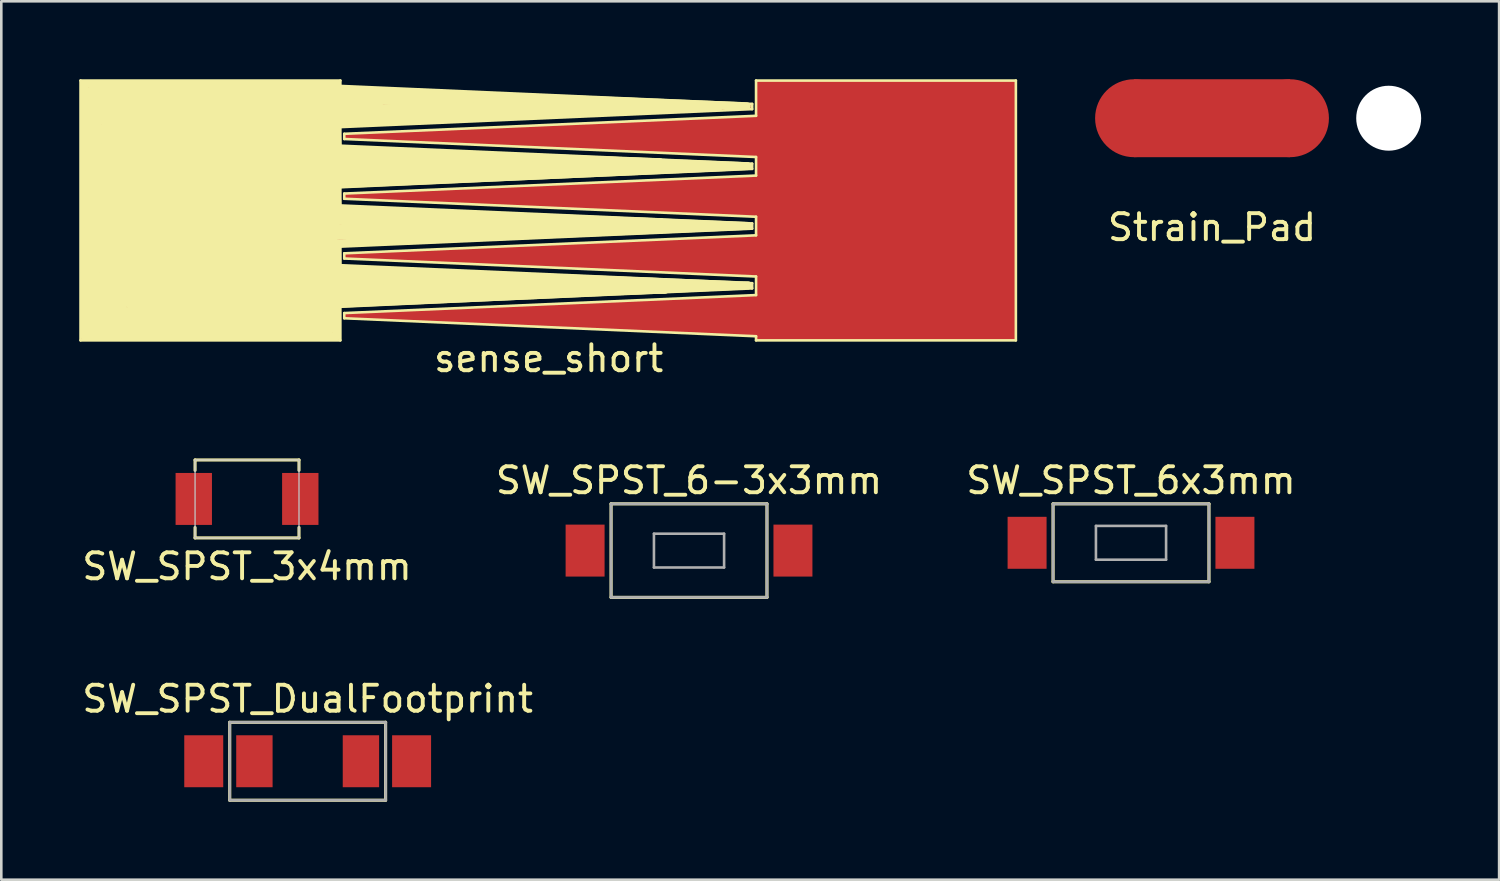
<source format=kicad_pcb>
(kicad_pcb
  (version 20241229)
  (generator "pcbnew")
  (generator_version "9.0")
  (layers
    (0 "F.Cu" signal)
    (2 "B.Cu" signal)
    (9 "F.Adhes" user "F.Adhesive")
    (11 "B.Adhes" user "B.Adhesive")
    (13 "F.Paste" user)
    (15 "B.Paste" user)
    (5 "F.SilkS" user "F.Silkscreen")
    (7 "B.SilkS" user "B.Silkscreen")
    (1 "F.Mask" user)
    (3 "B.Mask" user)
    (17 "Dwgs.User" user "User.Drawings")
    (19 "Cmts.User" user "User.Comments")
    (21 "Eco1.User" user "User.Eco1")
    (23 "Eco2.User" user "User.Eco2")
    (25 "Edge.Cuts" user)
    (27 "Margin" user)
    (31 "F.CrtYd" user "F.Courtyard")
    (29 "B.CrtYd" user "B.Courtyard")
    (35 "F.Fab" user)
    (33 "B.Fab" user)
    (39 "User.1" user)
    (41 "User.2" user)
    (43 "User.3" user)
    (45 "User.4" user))
  (footprint "SW_SPST_3x4mm"
    (layer "F.Cu")
    (at 6.458 16.154)
    (property "Reference" "SW_SPST_3x4mm" (at 0 2.6 0) (layer "F.SilkS") (effects (font (size 1 1) (thickness 0.15))))
    (attr through_hole)
    (fp_line (start -2 -1.5) (end 2 -1.5) (stroke (width 0.12) (type solid)) (layer "F.SilkS"))
    (fp_line (start -2 -1.1) (end -2 -1.5) (stroke (width 0.12) (type solid)) (layer "F.SilkS"))
    (fp_line (start -2 1.5) (end -2 1.1) (stroke (width 0.12) (type solid)) (layer "F.SilkS"))
    (fp_line (start -2 1.5) (end 2 1.5) (stroke (width 0.12) (type solid)) (layer "F.SilkS"))
    (fp_line (start 2 -1.1) (end 2 -1.5) (stroke (width 0.12) (type solid)) (layer "F.SilkS"))
    (fp_line (start 2 1.5) (end 2 1.1) (stroke (width 0.12) (type solid)) (layer "F.SilkS"))
    (fp_line (start -2 -1.5) (end -2 1.5) (stroke (width 0.05) (type solid)) (layer "Dwgs.User"))
    (fp_line (start -2 1.5) (end 2 1.5) (stroke (width 0.05) (type solid)) (layer "Dwgs.User"))
    (fp_line (start 2 -1.5) (end -2 -1.5) (stroke (width 0.05) (type solid)) (layer "Dwgs.User"))
    (fp_line (start 2 1.5) (end 2 -1.5) (stroke (width 0.05) (type solid)) (layer "Dwgs.User"))
    (pad "1" smd rect (at -2.05 0) (size 1.4 2) (layers "F.Cu" "F.Mask" "F.Paste"))
    (pad "2" smd rect (at 2.05 0) (size 1.4 2) (layers "F.Cu" "F.Mask" "F.Paste")))
  (footprint "SW_SPST_6-3x3mm"
    (layer "F.Cu")
    (at 23.47 18.142)
    (property "Reference" "SW_SPST_6-3x3mm" (at 0 -2.7 0) (layer "F.SilkS") (effects (font (size 1 1) (thickness 0.15))))
    (attr through_hole)
    (fp_line (start -3 -1.8) (end 3 -1.8) (stroke (width 0.12) (type solid)) (layer "F.SilkS"))
    (fp_line (start -3 1.8) (end -3 -1.8) (stroke (width 0.12) (type solid)) (layer "F.SilkS"))
    (fp_line (start 3 -1.8) (end 3 1.8) (stroke (width 0.12) (type solid)) (layer "F.SilkS"))
    (fp_line (start 3 1.8) (end -3 1.8) (stroke (width 0.12) (type solid)) (layer "F.SilkS"))
    (fp_line (start -3 -1.8) (end -3 1.8) (stroke (width 0.1) (type solid)) (layer "F.Fab"))
    (fp_line (start -3 1.8) (end 3 1.8) (stroke (width 0.1) (type solid)) (layer "F.Fab"))
    (fp_line (start -1.35 -0.65) (end -1.35 0.65) (stroke (width 0.1) (type solid)) (layer "F.Fab"))
    (fp_line (start -1.35 0.65) (end 1.35 0.65) (stroke (width 0.1) (type solid)) (layer "F.Fab"))
    (fp_line (start 1.35 -0.65) (end -1.35 -0.65) (stroke (width 0.1) (type solid)) (layer "F.Fab"))
    (fp_line (start 1.35 0.65) (end 1.35 -0.65) (stroke (width 0.1) (type solid)) (layer "F.Fab"))
    (fp_line (start 3 -1.8) (end -3 -1.8) (stroke (width 0.1) (type solid)) (layer "F.Fab"))
    (fp_line (start 3 1.8) (end 3 -1.8) (stroke (width 0.1) (type solid)) (layer "F.Fab"))
    (pad "1" smd rect (at -4 0) (size 1.5 2) (layers "F.Cu" "F.Mask" "F.Paste"))
    (pad "2" smd rect (at 4 0) (size 1.5 2) (layers "F.Cu" "F.Mask" "F.Paste")))
  (footprint "Strain_Pad"
    (layer "F.Cu")
    (at 43.6 1.5)
    (property "Reference" "Strain_Pad" (at 0 4.2 0) (layer "F.SilkS") (effects (font (size 1 1) (thickness 0.15))))
    (attr smd)
    (pad "" smd circle (at -3 0) (size 3 3) (layers "F.Cu" "F.Mask" "F.Paste"))
    (pad "" smd circle (at 3 0) (size 3 3) (layers "F.Cu" "F.Mask" "F.Paste"))
    (pad "" np_thru_hole circle (at 6.8 0) (size 2.5 2.5) (drill 2.5) (layers "*.Cu" "*.Mask"))
    (pad "1" smd rect (at 0 0) (size 6 3) (layers "F.Cu" "F.Mask" "F.Paste")))
  (footprint "sense_short"
    (layer "F.Cu")
    (at 18.068 5.045)
    (property "Reference" "sense_short" (at 0 5.7 0) (layer "F.SilkS") (effects (font (size 1 1) (thickness 0.15))))
    (attr through_hole)
    (fp_line (start -18.018 -4.995) (end -18.018 5.005) (stroke (width 0.1) (type solid)) (layer "F.SilkS"))
    (fp_line (start -18.018 5.005) (end -8.018 5.005) (stroke (width 0.1) (type solid)) (layer "F.SilkS"))
    (fp_line (start -17.88 -4.86) (end -17.85 4.87) (stroke (width 0.3) (type solid)) (layer "F.SilkS"))
    (fp_line (start -17.85 4.87) (end -8.16 4.84) (stroke (width 0.3) (type solid)) (layer "F.SilkS"))
    (fp_line (start -17.61 4.45) (end -17.49 -4.05) (stroke (width 0.6) (type solid)) (layer "F.SilkS"))
    (fp_line (start -17.56 -4.47) (end -8.43 -4.44) (stroke (width 0.6) (type solid)) (layer "F.SilkS"))
    (fp_line (start -17.49 -4.05) (end -6.69 -4.1) (stroke (width 0.6) (type solid)) (layer "F.SilkS"))
    (fp_line (start -17.24 -2.78) (end -16.42 -3.9) (stroke (width 0.6) (type solid)) (layer "F.SilkS"))
    (fp_line (start -17.22 3.89) (end -17.09 2.62) (stroke (width 0.6) (type solid)) (layer "F.SilkS"))
    (fp_line (start -17.09 2.62) (end -16.54 3.76) (stroke (width 0.6) (type solid)) (layer "F.SilkS"))
    (fp_line (start -16.42 -3.9) (end -17.08 -3.58) (stroke (width 0.6) (type solid)) (layer "F.SilkS"))
    (fp_line (start -15.59 4.12) (end -17.22 3.89) (stroke (width 0.6) (type solid)) (layer "F.SilkS"))
    (fp_line (start -12.97 0) (end -12.97 0.02) (stroke (width 9.9) (type solid)) (layer "F.SilkS"))
    (fp_line (start -10.16 4.14) (end -9.24 3.46) (stroke (width 0.6) (type solid)) (layer "F.SilkS"))
    (fp_line (start -9.65 -3.68) (end -8.67 -3.32) (stroke (width 0.6) (type solid)) (layer "F.SilkS"))
    (fp_line (start -9.31 -3.36) (end -8.63 -1.94) (stroke (width 0.6) (type solid)) (layer "F.SilkS"))
    (fp_line (start -9.02 4.1) (end -10.16 4.14) (stroke (width 0.6) (type solid)) (layer "F.SilkS"))
    (fp_line (start -8.89 2.87) (end -9.02 4.1) (stroke (width 0.6) (type solid)) (layer "F.SilkS"))
    (fp_line (start -8.67 -3.32) (end -8.31 -1.73) (stroke (width 0.6) (type solid)) (layer "F.SilkS"))
    (fp_line (start -8.61 0.84) (end -8.49 2.51) (stroke (width 0.6) (type solid)) (layer "F.SilkS"))
    (fp_line (start -8.56 4.53) (end -17.61 4.45) (stroke (width 0.6) (type solid)) (layer "F.SilkS"))
    (fp_line (start -8.54 3.22) (end -8.56 4.53) (stroke (width 0.6) (type solid)) (layer "F.SilkS"))
    (fp_line (start -8.49 2.51) (end 4.44 2.91) (stroke (width 0.6) (type solid)) (layer "F.SilkS"))
    (fp_line (start -8.45 -1.4) (end -8.3 0.24) (stroke (width 0.6) (type solid)) (layer "F.SilkS"))
    (fp_line (start -8.43 -4.44) (end 3.69 -4.01) (stroke (width 0.6) (type solid)) (layer "F.SilkS"))
    (fp_line (start -8.42 -2.09) (end 4.23 -1.71) (stroke (width 0.6) (type solid)) (layer "F.SilkS"))
    (fp_line (start -8.34 -3.74) (end -8.42 -2.09) (stroke (width 0.6) (type solid)) (layer "F.SilkS"))
    (fp_line (start -8.31 -1.73) (end -6.84 -1.76) (stroke (width 0.6) (type solid)) (layer "F.SilkS"))
    (fp_line (start -8.3 0.24) (end 4.28 0.6) (stroke (width 0.6) (type solid)) (layer "F.SilkS"))
    (fp_line (start -8.18 3.62) (end 7.68 2.89) (stroke (width 0.3) (type solid)) (layer "F.SilkS"))
    (fp_line (start -8.17 -0.98) (end 7.65 -1.7) (stroke (width 0.3) (type solid)) (layer "F.SilkS"))
    (fp_line (start -8.16 -4.85) (end -17.88 -4.86) (stroke (width 0.3) (type solid)) (layer "F.SilkS"))
    (fp_line (start -8.16 -3.33) (end 6.57 -3.99) (stroke (width 0.3) (type solid)) (layer "F.SilkS"))
    (fp_line (start -8.16 4.84) (end -8.18 3.62) (stroke (width 0.3) (type solid)) (layer "F.SilkS"))
    (fp_line (start -8.14 1.27) (end 7.66 0.6) (stroke (width 0.3) (type solid)) (layer "F.SilkS"))
    (fp_line (start -8.13 2.27) (end -8.14 1.27) (stroke (width 0.3) (type solid)) (layer "F.SilkS"))
    (fp_line (start -8.12 -4.63) (end -8.16 -4.85) (stroke (width 0.3) (type solid)) (layer "F.SilkS"))
    (fp_line (start -8.12 -2.34) (end -8.16 -3.33) (stroke (width 0.3) (type solid)) (layer "F.SilkS"))
    (fp_line (start -8.12 -0.04) (end -8.17 -0.98) (stroke (width 0.3) (type solid)) (layer "F.SilkS"))
    (fp_line (start -8.018 -4.995) (end -18.018 -4.995) (stroke (width 0.1) (type solid)) (layer "F.SilkS"))
    (fp_line (start -8.018 -4.788) (end -8.018 -4.995) (stroke (width 0.1) (type solid)) (layer "F.SilkS"))
    (fp_line (start -8.018 -3.202) (end 7.832 -3.895) (stroke (width 0.1) (type solid)) (layer "F.SilkS"))
    (fp_line (start -8.018 -2.488) (end -8.018 -3.202) (stroke (width 0.1) (type solid)) (layer "F.SilkS"))
    (fp_line (start -8.018 -0.902) (end 7.832 -1.595) (stroke (width 0.1) (type solid)) (layer "F.SilkS"))
    (fp_line (start -8.018 -0.188) (end -8.018 -0.902) (stroke (width 0.1) (type solid)) (layer "F.SilkS"))
    (fp_line (start -8.018 1.398) (end 7.832 0.705) (stroke (width 0.1) (type solid)) (layer "F.SilkS"))
    (fp_line (start -8.018 2.112) (end -8.018 1.398) (stroke (width 0.1) (type solid)) (layer "F.SilkS"))
    (fp_line (start -8.018 3.698) (end 7.832 3.005) (stroke (width 0.1) (type solid)) (layer "F.SilkS"))
    (fp_line (start -8.018 5.005) (end -8.018 3.698) (stroke (width 0.1) (type solid)) (layer "F.SilkS"))
    (fp_line (start -7.868 -2.945) (end -7.868 -2.745) (stroke (width 0.1) (type solid)) (layer "F.SilkS"))
    (fp_line (start -7.868 -2.745) (end 7.982 -2.052) (stroke (width 0.1) (type solid)) (layer "F.SilkS"))
    (fp_line (start -7.868 -0.645) (end -7.868 -0.445) (stroke (width 0.1) (type solid)) (layer "F.SilkS"))
    (fp_line (start -7.868 -0.445) (end 7.982 0.248) (stroke (width 0.1) (type solid)) (layer "F.SilkS"))
    (fp_line (start -7.868 1.655) (end -7.868 1.855) (stroke (width 0.1) (type solid)) (layer "F.SilkS"))
    (fp_line (start -7.868 1.855) (end 7.982 2.548) (stroke (width 0.1) (type solid)) (layer "F.SilkS"))
    (fp_line (start -7.868 3.955) (end -7.868 4.155) (stroke (width 0.1) (type solid)) (layer "F.SilkS"))
    (fp_line (start -7.868 4.155) (end 7.982 4.848) (stroke (width 0.1) (type solid)) (layer "F.SilkS"))
    (fp_line (start -6.69 -4.1) (end -9.65 -3.68) (stroke (width 0.6) (type solid)) (layer "F.SilkS"))
    (fp_line (start -6.2 2.89) (end -8.89 2.87) (stroke (width 0.6) (type solid)) (layer "F.SilkS"))
    (fp_line (start 3.69 -4.01) (end -8.34 -3.74) (stroke (width 0.6) (type solid)) (layer "F.SilkS"))
    (fp_line (start 4.23 -1.71) (end -8.45 -1.4) (stroke (width 0.6) (type solid)) (layer "F.SilkS"))
    (fp_line (start 4.28 0.6) (end -8.61 0.84) (stroke (width 0.6) (type solid)) (layer "F.SilkS"))
    (fp_line (start 4.44 2.91) (end -8.54 3.22) (stroke (width 0.6) (type solid)) (layer "F.SilkS"))
    (fp_line (start 7.63 -4.01) (end -8.12 -4.63) (stroke (width 0.3) (type solid)) (layer "F.SilkS"))
    (fp_line (start 7.65 -1.7) (end -8.12 -2.34) (stroke (width 0.3) (type solid)) (layer "F.SilkS"))
    (fp_line (start 7.66 0.6) (end -8.12 -0.04) (stroke (width 0.3) (type solid)) (layer "F.SilkS"))
    (fp_line (start 7.68 2.89) (end -8.13 2.27) (stroke (width 0.3) (type solid)) (layer "F.SilkS"))
    (fp_line (start 7.832 -4.095) (end -8.018 -4.788) (stroke (width 0.1) (type solid)) (layer "F.SilkS"))
    (fp_line (start 7.832 -3.895) (end 7.832 -4.095) (stroke (width 0.1) (type solid)) (layer "F.SilkS"))
    (fp_line (start 7.832 -1.795) (end -8.018 -2.488) (stroke (width 0.1) (type solid)) (layer "F.SilkS"))
    (fp_line (start 7.832 -1.595) (end 7.832 -1.795) (stroke (width 0.1) (type solid)) (layer "F.SilkS"))
    (fp_line (start 7.832 0.505) (end -8.018 -0.188) (stroke (width 0.1) (type solid)) (layer "F.SilkS"))
    (fp_line (start 7.832 0.705) (end 7.832 0.505) (stroke (width 0.1) (type solid)) (layer "F.SilkS"))
    (fp_line (start 7.832 2.805) (end -8.018 2.112) (stroke (width 0.1) (type solid)) (layer "F.SilkS"))
    (fp_line (start 7.832 3.005) (end 7.832 2.805) (stroke (width 0.1) (type solid)) (layer "F.SilkS"))
    (fp_line (start 7.982 -4.995) (end 7.982 -3.638) (stroke (width 0.1) (type solid)) (layer "F.SilkS"))
    (fp_line (start 7.982 -3.638) (end -7.868 -2.945) (stroke (width 0.1) (type solid)) (layer "F.SilkS"))
    (fp_line (start 7.982 -2.052) (end 7.982 -1.338) (stroke (width 0.1) (type solid)) (layer "F.SilkS"))
    (fp_line (start 7.982 -1.338) (end -7.868 -0.645) (stroke (width 0.1) (type solid)) (layer "F.SilkS"))
    (fp_line (start 7.982 0.248) (end 7.982 0.962) (stroke (width 0.1) (type solid)) (layer "F.SilkS"))
    (fp_line (start 7.982 0.962) (end -7.868 1.655) (stroke (width 0.1) (type solid)) (layer "F.SilkS"))
    (fp_line (start 7.982 2.548) (end 7.982 3.262) (stroke (width 0.1) (type solid)) (layer "F.SilkS"))
    (fp_line (start 7.982 3.262) (end -7.868 3.955) (stroke (width 0.1) (type solid)) (layer "F.SilkS"))
    (fp_line (start 7.982 4.848) (end 7.982 5.005) (stroke (width 0.1) (type solid)) (layer "F.SilkS"))
    (fp_line (start 7.982 5.005) (end 17.982 5.005) (stroke (width 0.1) (type solid)) (layer "F.SilkS"))
    (fp_line (start 17.982 -4.995) (end 7.982 -4.995) (stroke (width 0.1) (type solid)) (layer "F.SilkS"))
    (fp_line (start 17.982 5.005) (end 17.982 -4.995) (stroke (width 0.1) (type solid)) (layer "F.SilkS"))
    (pad "1" smd rect (at -13 0) (size 10 10) (layers "F.Cu"))
    (pad "1" smd trapezoid (at -0.15 -4) (size 16 0.9) (rect_delta 0.7 0) (layers "F.Cu"))
    (pad "1" smd trapezoid (at -0.15 -1.7) (size 16 0.9) (rect_delta 0.7 0) (layers "F.Cu"))
    (pad "1" smd trapezoid (at -0.15 0.6) (size 16 0.9) (rect_delta 0.7 0) (layers "F.Cu"))
    (pad "1" smd trapezoid (at -0.15 2.9) (size 16 0.9) (rect_delta 0.7 0) (layers "F.Cu"))
    (pad "2" smd trapezoid (at 0.15 -2.85 180) (size 16 0.9) (rect_delta 0.7 0) (layers "F.Cu"))
    (pad "2" smd trapezoid (at 0.15 -0.55 180) (size 16 0.9) (rect_delta 0.7 0) (layers "F.Cu"))
    (pad "2" smd trapezoid (at 0.15 1.75 180) (size 16 0.9) (rect_delta 0.7 0) (layers "F.Cu"))
    (pad "2" smd trapezoid (at 0.15 4.05 180) (size 16 0.9) (rect_delta 0.7 0) (layers "F.Cu"))
    (pad "2" smd rect (at 13 0 180) (size 10 10) (layers "F.Cu")))
  (footprint "SW_SPST_DualFootprint"
    (layer "F.Cu")
    (at 8.792 26.25)
    (property "Reference" "SW_SPST_DualFootprint" (at 0 -2.4 0) (layer "F.SilkS") (effects (font (size 1 1) (thickness 0.15))))
    (attr through_hole)
    (fp_line (start -3 -1.5) (end 3 -1.5) (stroke (width 0.12) (type solid)) (layer "F.SilkS"))
    (fp_line (start -3 1.5) (end -3 -1.5) (stroke (width 0.12) (type solid)) (layer "F.SilkS"))
    (fp_line (start 3 -1.5) (end 3 1.5) (stroke (width 0.12) (type solid)) (layer "F.SilkS"))
    (fp_line (start 3 1.5) (end -3 1.5) (stroke (width 0.12) (type solid)) (layer "F.SilkS"))
    (fp_line (start -3 -1.5) (end -3 1.5) (stroke (width 0.1) (type solid)) (layer "F.Fab"))
    (fp_line (start -3 1.5) (end 3 1.5) (stroke (width 0.1) (type solid)) (layer "F.Fab"))
    (fp_line (start 3 -1.5) (end -3 -1.5) (stroke (width 0.1) (type solid)) (layer "F.Fab"))
    (fp_line (start 3 1.5) (end 3 -1.5) (stroke (width 0.1) (type solid)) (layer "F.Fab"))
    (pad "1" smd rect (at -4 0) (size 1.5 2) (layers "F.Cu" "F.Mask" "F.Paste"))
    (pad "1" smd rect (at -2.05 0) (size 1.4 2) (layers "F.Cu" "F.Mask" "F.Paste"))
    (pad "2" smd rect (at 2.05 0) (size 1.4 2) (layers "F.Cu" "F.Mask" "F.Paste"))
    (pad "2" smd rect (at 4 0) (size 1.5 2) (layers "F.Cu" "F.Mask" "F.Paste")))
  (footprint "SW_SPST_6x3mm"
    (layer "F.Cu")
    (at 40.482 17.842)
    (property "Reference" "SW_SPST_6x3mm" (at 0 -2.4 0) (layer "F.SilkS") (effects (font (size 1 1) (thickness 0.15))))
    (attr through_hole)
    (fp_line (start -3 -1.5) (end 3 -1.5) (stroke (width 0.12) (type solid)) (layer "F.SilkS"))
    (fp_line (start -3 1.5) (end -3 -1.5) (stroke (width 0.12) (type solid)) (layer "F.SilkS"))
    (fp_line (start 3 -1.5) (end 3 1.5) (stroke (width 0.12) (type solid)) (layer "F.SilkS"))
    (fp_line (start 3 1.5) (end -3 1.5) (stroke (width 0.12) (type solid)) (layer "F.SilkS"))
    (fp_line (start -3 -1.5) (end -3 1.5) (stroke (width 0.1) (type solid)) (layer "F.Fab"))
    (fp_line (start -3 1.5) (end 3 1.5) (stroke (width 0.1) (type solid)) (layer "F.Fab"))
    (fp_line (start -1.35 -0.65) (end -1.35 0.65) (stroke (width 0.1) (type solid)) (layer "F.Fab"))
    (fp_line (start -1.35 0.65) (end 1.35 0.65) (stroke (width 0.1) (type solid)) (layer "F.Fab"))
    (fp_line (start 1.35 -0.65) (end -1.35 -0.65) (stroke (width 0.1) (type solid)) (layer "F.Fab"))
    (fp_line (start 1.35 0.65) (end 1.35 -0.65) (stroke (width 0.1) (type solid)) (layer "F.Fab"))
    (fp_line (start 3 -1.5) (end -3 -1.5) (stroke (width 0.1) (type solid)) (layer "F.Fab"))
    (fp_line (start 3 1.5) (end 3 -1.5) (stroke (width 0.1) (type solid)) (layer "F.Fab"))
    (pad "1" smd rect (at -4 0) (size 1.5 2) (layers "F.Cu" "F.Mask" "F.Paste"))
    (pad "2" smd rect (at 4 0) (size 1.5 2) (layers "F.Cu" "F.Mask" "F.Paste")))
  (gr_rect
    (start -3 -3)
    (end 54.65 30.81)
    (stroke (width 0.1) (type default))
    (fill no)
    (layer "Edge.Cuts")))
</source>
